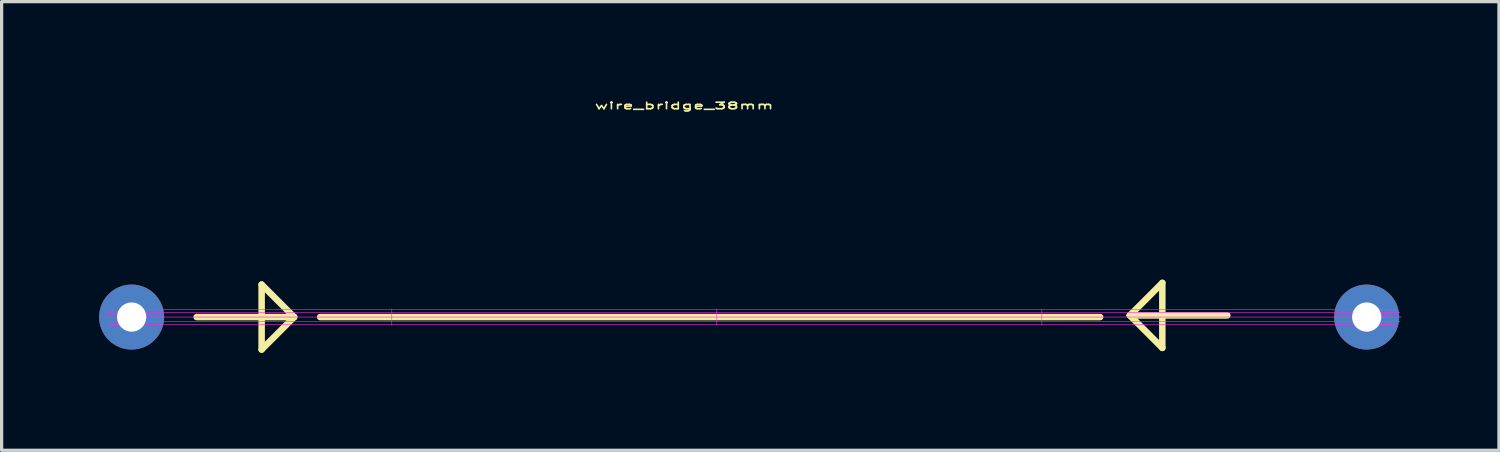
<source format=kicad_pcb>
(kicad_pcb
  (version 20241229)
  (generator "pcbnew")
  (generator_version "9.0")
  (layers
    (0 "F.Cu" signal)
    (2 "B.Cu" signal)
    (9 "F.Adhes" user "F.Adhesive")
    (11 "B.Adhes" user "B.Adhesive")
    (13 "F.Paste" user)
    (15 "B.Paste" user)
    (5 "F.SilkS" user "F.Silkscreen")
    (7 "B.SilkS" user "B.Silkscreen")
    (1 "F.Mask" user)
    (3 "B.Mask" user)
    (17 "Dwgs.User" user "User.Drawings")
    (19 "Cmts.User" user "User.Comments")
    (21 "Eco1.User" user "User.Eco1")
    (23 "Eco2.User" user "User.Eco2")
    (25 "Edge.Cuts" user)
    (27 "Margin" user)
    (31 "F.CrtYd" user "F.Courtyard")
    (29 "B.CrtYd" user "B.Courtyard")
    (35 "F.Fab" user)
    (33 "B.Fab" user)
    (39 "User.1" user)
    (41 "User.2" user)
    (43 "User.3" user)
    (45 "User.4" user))
  (footprint "wire_bridge_38mm"
    (layer "F.Cu")
    (at 1 6.705)
    (property "Reference" "wire_bridge_38mm" (at 17 -6.5 0) (layer "F.SilkS") (effects (font (size 0.2 0.4) (thickness 0.05))))
    (attr through_hole)
    (fp_line (start 2 0) (end 5 0) (stroke (width 0.2) (type solid)) (layer "F.SilkS"))
    (fp_line (start 4 -1) (end 4 1) (stroke (width 0.2) (type solid)) (layer "F.SilkS"))
    (fp_line (start 4 1) (end 5 0) (stroke (width 0.2) (type solid)) (layer "F.SilkS"))
    (fp_line (start 5 0) (end 4 -1) (stroke (width 0.2) (type solid)) (layer "F.SilkS"))
    (fp_line (start 5.8 0) (end 29.8 0) (stroke (width 0.2) (type solid)) (layer "F.SilkS"))
    (fp_line (start 30.712 -0.051) (end 31.712 0.949) (stroke (width 0.2) (type solid)) (layer "F.SilkS"))
    (fp_line (start 31.712 0.949) (end 31.712 -1.051) (stroke (width 0.2) (type solid)) (layer "F.SilkS"))
    (fp_line (start 31.712 -1.051) (end 30.712 -0.051) (stroke (width 0.2) (type solid)) (layer "F.SilkS"))
    (fp_line (start 33.712 -0.051) (end 30.712 -0.051) (stroke (width 0.2) (type solid)) (layer "F.SilkS"))
    (fp_line (start -0.835 0) (end -0.835 0) (stroke (width 0.01) (type solid)) (layer "F.CrtYd"))
    (fp_line (start -0.835 0) (end 39.065 0) (stroke (width 0.01) (type solid)) (layer "F.CrtYd"))
    (fp_line (start -0.793 0.147) (end -0.793 0.147) (stroke (width 0.01) (type solid)) (layer "F.CrtYd"))
    (fp_line (start -0.793 0.147) (end 39.023 0.147) (stroke (width 0.01) (type solid)) (layer "F.CrtYd"))
    (fp_line (start -0.793 -0.147) (end -0.793 -0.147) (stroke (width 0.01) (type solid)) (layer "F.CrtYd"))
    (fp_line (start -0.793 -0.147) (end 39.023 -0.147) (stroke (width 0.01) (type solid)) (layer "F.CrtYd"))
    (fp_line (start -0.683 0.237) (end -0.683 0.237) (stroke (width 0.01) (type solid)) (layer "F.CrtYd"))
    (fp_line (start -0.683 0.237) (end 38.914 0.237) (stroke (width 0.01) (type solid)) (layer "F.CrtYd"))
    (fp_line (start -0.682 -0.238) (end -0.681 -0.238) (stroke (width 0.01) (type solid)) (layer "F.CrtYd"))
    (fp_line (start -0.681 -0.238) (end 38.912 -0.238) (stroke (width 0.01) (type solid)) (layer "F.CrtYd"))
    (fp_line (start -0.547 0.238) (end -0.547 0.238) (stroke (width 0.01) (type solid)) (layer "F.CrtYd"))
    (fp_line (start -0.547 0.238) (end 38.777 0.238) (stroke (width 0.01) (type solid)) (layer "F.CrtYd"))
    (fp_line (start -0.545 -0.237) (end -0.545 -0.237) (stroke (width 0.01) (type solid)) (layer "F.CrtYd"))
    (fp_line (start -0.545 -0.237) (end 38.775 -0.237) (stroke (width 0.01) (type solid)) (layer "F.CrtYd"))
    (fp_line (start -0.436 0.147) (end -0.436 0.147) (stroke (width 0.01) (type solid)) (layer "F.CrtYd"))
    (fp_line (start -0.436 -0.147) (end -0.436 -0.147) (stroke (width 0.01) (type solid)) (layer "F.CrtYd"))
    (fp_line (start -0.436 0.147) (end 38.667 0.147) (stroke (width 0.01) (type solid)) (layer "F.CrtYd"))
    (fp_line (start -0.436 -0.147) (end 38.666 -0.147) (stroke (width 0.01) (type solid)) (layer "F.CrtYd"))
    (fp_line (start -0.394 0) (end -0.394 0) (stroke (width 0.01) (type solid)) (layer "F.CrtYd"))
    (fp_line (start -0.394 0) (end 38.624 0.000002) (stroke (width 0.01) (type solid)) (layer "F.CrtYd"))
    (fp_line (start -0.244 0) (end -0.113 0) (stroke (width 0.01) (type solid)) (layer "F.CrtYd"))
    (fp_line (start -0.244 0) (end -0.244 0) (stroke (width 0.01) (type solid)) (layer "F.CrtYd"))
    (fp_line (start -0.243 -0.000001) (end -0.244 0) (stroke (width 0.01) (type solid)) (layer "F.CrtYd"))
    (fp_line (start -0.196 0.147) (end -0.196 0.147) (stroke (width 0.01) (type solid)) (layer "F.CrtYd"))
    (fp_line (start -0.196 0.147) (end -0.064 0.147) (stroke (width 0.01) (type solid)) (layer "F.CrtYd"))
    (fp_line (start -0.196 -0.147) (end -0.195 -0.147) (stroke (width 0.01) (type solid)) (layer "F.CrtYd"))
    (fp_line (start -0.195 0.147) (end -0.196 0.147) (stroke (width 0.01) (type solid)) (layer "F.CrtYd"))
    (fp_line (start -0.195 -0.147) (end -0.064 -0.147) (stroke (width 0.01) (type solid)) (layer "F.CrtYd"))
    (fp_line (start -0.195 -0.147) (end -0.196 -0.147) (stroke (width 0.01) (type solid)) (layer "F.CrtYd"))
    (fp_line (start -0.17 0) (end -0.17 0.01) (stroke (width 0.01) (type solid)) (layer "F.CrtYd"))
    (fp_line (start -0.17 -0.01) (end -0.17 0) (stroke (width 0.01) (type solid)) (layer "F.CrtYd"))
    (fp_line (start -0.17 0.01) (end -0.169 0.02) (stroke (width 0.01) (type solid)) (layer "F.CrtYd"))
    (fp_line (start -0.169 -0.02) (end -0.17 -0.01) (stroke (width 0.01) (type solid)) (layer "F.CrtYd"))
    (fp_line (start -0.169 0.02) (end -0.169 0.029) (stroke (width 0.01) (type solid)) (layer "F.CrtYd"))
    (fp_line (start -0.169 -0.029) (end -0.169 -0.02) (stroke (width 0.01) (type solid)) (layer "F.CrtYd"))
    (fp_line (start -0.169 0.029) (end -0.168 0.039) (stroke (width 0.01) (type solid)) (layer "F.CrtYd"))
    (fp_line (start -0.168 -0.039) (end -0.169 -0.029) (stroke (width 0.01) (type solid)) (layer "F.CrtYd"))
    (fp_line (start -0.168 0.039) (end -0.166 0.049) (stroke (width 0.01) (type solid)) (layer "F.CrtYd"))
    (fp_line (start -0.167 -0.049) (end -0.168 -0.039) (stroke (width 0.01) (type solid)) (layer "F.CrtYd"))
    (fp_line (start -0.166 0.049) (end -0.165 0.058) (stroke (width 0.01) (type solid)) (layer "F.CrtYd"))
    (fp_line (start -0.165 -0.058) (end -0.167 -0.049) (stroke (width 0.01) (type solid)) (layer "F.CrtYd"))
    (fp_line (start -0.165 0.058) (end -0.163 0.068) (stroke (width 0.01) (type solid)) (layer "F.CrtYd"))
    (fp_line (start -0.163 -0.068) (end -0.165 -0.058) (stroke (width 0.01) (type solid)) (layer "F.CrtYd"))
    (fp_line (start -0.163 0.068) (end -0.161 0.077) (stroke (width 0.01) (type solid)) (layer "F.CrtYd"))
    (fp_line (start -0.161 -0.077) (end -0.163 -0.068) (stroke (width 0.01) (type solid)) (layer "F.CrtYd"))
    (fp_line (start -0.161 0.077) (end -0.159 0.087) (stroke (width 0.01) (type solid)) (layer "F.CrtYd"))
    (fp_line (start -0.159 -0.087) (end -0.161 -0.077) (stroke (width 0.01) (type solid)) (layer "F.CrtYd"))
    (fp_line (start -0.159 0.087) (end -0.156 0.096) (stroke (width 0.01) (type solid)) (layer "F.CrtYd"))
    (fp_line (start -0.156 -0.096) (end -0.159 -0.087) (stroke (width 0.01) (type solid)) (layer "F.CrtYd"))
    (fp_line (start -0.156 0.096) (end -0.154 0.105) (stroke (width 0.01) (type solid)) (layer "F.CrtYd"))
    (fp_line (start -0.154 -0.105) (end -0.156 -0.096) (stroke (width 0.01) (type solid)) (layer "F.CrtYd"))
    (fp_line (start -0.154 0.105) (end -0.151 0.114) (stroke (width 0.01) (type solid)) (layer "F.CrtYd"))
    (fp_line (start -0.151 -0.114) (end -0.154 -0.105) (stroke (width 0.01) (type solid)) (layer "F.CrtYd"))
    (fp_line (start -0.151 0.114) (end -0.147 0.122) (stroke (width 0.01) (type solid)) (layer "F.CrtYd"))
    (fp_line (start -0.147 0.122) (end -0.144 0.131) (stroke (width 0.01) (type solid)) (layer "F.CrtYd"))
    (fp_line (start -0.147 -0.122) (end -0.151 -0.114) (stroke (width 0.01) (type solid)) (layer "F.CrtYd"))
    (fp_line (start -0.144 0.131) (end -0.14 0.139) (stroke (width 0.01) (type solid)) (layer "F.CrtYd"))
    (fp_line (start -0.144 -0.131) (end -0.147 -0.122) (stroke (width 0.01) (type solid)) (layer "F.CrtYd"))
    (fp_line (start -0.14 0.139) (end -0.136 0.147) (stroke (width 0.01) (type solid)) (layer "F.CrtYd"))
    (fp_line (start -0.14 -0.139) (end -0.144 -0.131) (stroke (width 0.01) (type solid)) (layer "F.CrtYd"))
    (fp_line (start -0.136 0.147) (end -0.132 0.155) (stroke (width 0.01) (type solid)) (layer "F.CrtYd"))
    (fp_line (start -0.136 -0.147) (end -0.14 -0.139) (stroke (width 0.01) (type solid)) (layer "F.CrtYd"))
    (fp_line (start -0.134 -0.151) (end -0.136 -0.147) (stroke (width 0.01) (type solid)) (layer "F.CrtYd"))
    (fp_line (start -0.132 0.155) (end -0.13 0.159) (stroke (width 0.01) (type solid)) (layer "F.CrtYd"))
    (fp_line (start -0.132 -0.155) (end -0.134 -0.151) (stroke (width 0.01) (type solid)) (layer "F.CrtYd"))
    (fp_line (start -0.13 0.159) (end -0.128 0.162) (stroke (width 0.01) (type solid)) (layer "F.CrtYd"))
    (fp_line (start -0.13 -0.159) (end -0.132 -0.155) (stroke (width 0.01) (type solid)) (layer "F.CrtYd"))
    (fp_line (start -0.128 0.162) (end -0.125 0.166) (stroke (width 0.01) (type solid)) (layer "F.CrtYd"))
    (fp_line (start -0.127 -0.163) (end -0.13 -0.159) (stroke (width 0.01) (type solid)) (layer "F.CrtYd"))
    (fp_line (start -0.125 0.166) (end -0.123 0.17) (stroke (width 0.01) (type solid)) (layer "F.CrtYd"))
    (fp_line (start -0.125 -0.166) (end -0.127 -0.163) (stroke (width 0.01) (type solid)) (layer "F.CrtYd"))
    (fp_line (start -0.123 0.17) (end -0.121 0.173) (stroke (width 0.01) (type solid)) (layer "F.CrtYd"))
    (fp_line (start -0.123 -0.17) (end -0.125 -0.166) (stroke (width 0.01) (type solid)) (layer "F.CrtYd"))
    (fp_line (start -0.121 0.173) (end -0.118 0.177) (stroke (width 0.01) (type solid)) (layer "F.CrtYd"))
    (fp_line (start -0.12 -0.174) (end -0.123 -0.17) (stroke (width 0.01) (type solid)) (layer "F.CrtYd"))
    (fp_line (start -0.118 0.177) (end -0.116 0.18) (stroke (width 0.01) (type solid)) (layer "F.CrtYd"))
    (fp_line (start -0.118 -0.177) (end -0.12 -0.174) (stroke (width 0.01) (type solid)) (layer "F.CrtYd"))
    (fp_line (start -0.116 0.18) (end -0.113 0.183) (stroke (width 0.01) (type solid)) (layer "F.CrtYd"))
    (fp_line (start -0.115 -0.18) (end -0.118 -0.177) (stroke (width 0.01) (type solid)) (layer "F.CrtYd"))
    (fp_line (start -0.113 0.183) (end -0.111 0.187) (stroke (width 0.01) (type solid)) (layer "F.CrtYd"))
    (fp_line (start -0.113 0) (end -0.835 0) (stroke (width 0.01) (type solid)) (layer "F.CrtYd"))
    (fp_line (start -0.113 0) (end -0.113 0) (stroke (width 0.01) (type solid)) (layer "F.CrtYd"))
    (fp_line (start -0.113 -0.184) (end -0.115 -0.18) (stroke (width 0.01) (type solid)) (layer "F.CrtYd"))
    (fp_line (start -0.111 0.187) (end -0.108 0.19) (stroke (width 0.01) (type solid)) (layer "F.CrtYd"))
    (fp_line (start -0.11 -0.187) (end -0.113 -0.184) (stroke (width 0.01) (type solid)) (layer "F.CrtYd"))
    (fp_line (start -0.108 0.19) (end -0.106 0.193) (stroke (width 0.01) (type solid)) (layer "F.CrtYd"))
    (fp_line (start -0.108 -0.19) (end -0.11 -0.187) (stroke (width 0.01) (type solid)) (layer "F.CrtYd"))
    (fp_line (start -0.106 0.193) (end -0.103 0.196) (stroke (width 0.01) (type solid)) (layer "F.CrtYd"))
    (fp_line (start -0.105 -0.194) (end -0.108 -0.19) (stroke (width 0.01) (type solid)) (layer "F.CrtYd"))
    (fp_line (start -0.103 0.196) (end -0.1 0.199) (stroke (width 0.01) (type solid)) (layer "F.CrtYd"))
    (fp_line (start -0.102 -0.197) (end -0.105 -0.194) (stroke (width 0.01) (type solid)) (layer "F.CrtYd"))
    (fp_line (start -0.1 0.199) (end -0.097 0.202) (stroke (width 0.01) (type solid)) (layer "F.CrtYd"))
    (fp_line (start -0.099 -0.2) (end -0.102 -0.197) (stroke (width 0.01) (type solid)) (layer "F.CrtYd"))
    (fp_line (start -0.097 0.202) (end -0.095 0.205) (stroke (width 0.01) (type solid)) (layer "F.CrtYd"))
    (fp_line (start -0.097 -0.203) (end -0.099 -0.2) (stroke (width 0.01) (type solid)) (layer "F.CrtYd"))
    (fp_line (start -0.095 0.205) (end -0.092 0.207) (stroke (width 0.01) (type solid)) (layer "F.CrtYd"))
    (fp_line (start -0.094 -0.205) (end -0.097 -0.203) (stroke (width 0.01) (type solid)) (layer "F.CrtYd"))
    (fp_line (start -0.092 0.207) (end -0.089 0.21) (stroke (width 0.01) (type solid)) (layer "F.CrtYd"))
    (fp_line (start -0.091 -0.208) (end -0.094 -0.205) (stroke (width 0.01) (type solid)) (layer "F.CrtYd"))
    (fp_line (start -0.089 0.21) (end -0.086 0.213) (stroke (width 0.01) (type solid)) (layer "F.CrtYd"))
    (fp_line (start -0.088 -0.211) (end -0.091 -0.208) (stroke (width 0.01) (type solid)) (layer "F.CrtYd"))
    (fp_line (start -0.086 0.213) (end -0.083 0.215) (stroke (width 0.01) (type solid)) (layer "F.CrtYd"))
    (fp_line (start -0.085 -0.213) (end -0.088 -0.211) (stroke (width 0.01) (type solid)) (layer "F.CrtYd"))
    (fp_line (start -0.083 0.215) (end -0.08 0.218) (stroke (width 0.01) (type solid)) (layer "F.CrtYd"))
    (fp_line (start -0.082 -0.216) (end -0.085 -0.213) (stroke (width 0.01) (type solid)) (layer "F.CrtYd"))
    (fp_line (start -0.08 0.218) (end -0.077 0.22) (stroke (width 0.01) (type solid)) (layer "F.CrtYd"))
    (fp_line (start -0.079 -0.218) (end -0.082 -0.216) (stroke (width 0.01) (type solid)) (layer "F.CrtYd"))
    (fp_line (start -0.077 0.22) (end -0.074 0.222) (stroke (width 0.01) (type solid)) (layer "F.CrtYd"))
    (fp_line (start -0.076 -0.221) (end -0.079 -0.218) (stroke (width 0.01) (type solid)) (layer "F.CrtYd"))
    (fp_line (start -0.074 0.222) (end -0.071 0.225) (stroke (width 0.01) (type solid)) (layer "F.CrtYd"))
    (fp_line (start -0.073 -0.223) (end -0.076 -0.221) (stroke (width 0.01) (type solid)) (layer "F.CrtYd"))
    (fp_line (start -0.072 0.237) (end 0.063 0.237) (stroke (width 0.01) (type solid)) (layer "F.CrtYd"))
    (fp_line (start -0.072 0.237) (end -0.072 0.237) (stroke (width 0.01) (type solid)) (layer "F.CrtYd"))
    (fp_line (start -0.071 0.225) (end -0.068 0.227) (stroke (width 0.01) (type solid)) (layer "F.CrtYd"))
    (fp_line (start -0.07 -0.225) (end -0.073 -0.223) (stroke (width 0.01) (type solid)) (layer "F.CrtYd"))
    (fp_line (start -0.069 -0.238) (end 0.065 -0.238) (stroke (width 0.01) (type solid)) (layer "F.CrtYd"))
    (fp_line (start -0.069 -0.238) (end -0.069 -0.238) (stroke (width 0.01) (type solid)) (layer "F.CrtYd"))
    (fp_line (start -0.068 0.227) (end -0.065 0.229) (stroke (width 0.01) (type solid)) (layer "F.CrtYd"))
    (fp_line (start -0.067 -0.227) (end -0.07 -0.225) (stroke (width 0.01) (type solid)) (layer "F.CrtYd"))
    (fp_line (start -0.065 0.229) (end -0.061 0.231) (stroke (width 0.01) (type solid)) (layer "F.CrtYd"))
    (fp_line (start -0.064 0.147) (end -0.793 0.147) (stroke (width 0.01) (type solid)) (layer "F.CrtYd"))
    (fp_line (start -0.064 0.147) (end -0.064 0.147) (stroke (width 0.01) (type solid)) (layer "F.CrtYd"))
    (fp_line (start -0.064 -0.147) (end -0.793 -0.147) (stroke (width 0.01) (type solid)) (layer "F.CrtYd"))
    (fp_line (start -0.064 -0.147) (end -0.064 -0.147) (stroke (width 0.01) (type solid)) (layer "F.CrtYd"))
    (fp_line (start -0.063 -0.229) (end -0.067 -0.227) (stroke (width 0.01) (type solid)) (layer "F.CrtYd"))
    (fp_line (start -0.061 0.231) (end -0.058 0.232) (stroke (width 0.01) (type solid)) (layer "F.CrtYd"))
    (fp_line (start -0.06 -0.231) (end -0.063 -0.229) (stroke (width 0.01) (type solid)) (layer "F.CrtYd"))
    (fp_line (start -0.058 0.232) (end -0.055 0.234) (stroke (width 0.01) (type solid)) (layer "F.CrtYd"))
    (fp_line (start -0.057 -0.233) (end -0.06 -0.231) (stroke (width 0.01) (type solid)) (layer "F.CrtYd"))
    (fp_line (start -0.055 0.234) (end -0.052 0.236) (stroke (width 0.01) (type solid)) (layer "F.CrtYd"))
    (fp_line (start -0.054 -0.235) (end -0.057 -0.233) (stroke (width 0.01) (type solid)) (layer "F.CrtYd"))
    (fp_line (start -0.052 0.236) (end -0.049 0.237) (stroke (width 0.01) (type solid)) (layer "F.CrtYd"))
    (fp_line (start -0.05 -0.237) (end -0.054 -0.235) (stroke (width 0.01) (type solid)) (layer "F.CrtYd"))
    (fp_line (start -0.049 0.237) (end -0.045 0.239) (stroke (width 0.01) (type solid)) (layer "F.CrtYd"))
    (fp_line (start -0.047 -0.238) (end -0.05 -0.237) (stroke (width 0.01) (type solid)) (layer "F.CrtYd"))
    (fp_line (start -0.045 0.239) (end -0.042 0.24) (stroke (width 0.01) (type solid)) (layer "F.CrtYd"))
    (fp_line (start -0.044 -0.24) (end -0.047 -0.238) (stroke (width 0.01) (type solid)) (layer "F.CrtYd"))
    (fp_line (start -0.042 0.24) (end -0.039 0.242) (stroke (width 0.01) (type solid)) (layer "F.CrtYd"))
    (fp_line (start -0.04 -0.241) (end -0.044 -0.24) (stroke (width 0.01) (type solid)) (layer "F.CrtYd"))
    (fp_line (start -0.039 0.242) (end -0.035 0.243) (stroke (width 0.01) (type solid)) (layer "F.CrtYd"))
    (fp_line (start -0.037 -0.242) (end -0.04 -0.241) (stroke (width 0.01) (type solid)) (layer "F.CrtYd"))
    (fp_line (start -0.035 0.243) (end -0.032 0.244) (stroke (width 0.01) (type solid)) (layer "F.CrtYd"))
    (fp_line (start -0.034 -0.243) (end -0.037 -0.242) (stroke (width 0.01) (type solid)) (layer "F.CrtYd"))
    (fp_line (start -0.032 0.244) (end -0.029 0.245) (stroke (width 0.01) (type solid)) (layer "F.CrtYd"))
    (fp_line (start -0.03 -0.244) (end -0.034 -0.243) (stroke (width 0.01) (type solid)) (layer "F.CrtYd"))
    (fp_line (start -0.029 0.245) (end -0.025 0.246) (stroke (width 0.01) (type solid)) (layer "F.CrtYd"))
    (fp_line (start -0.027 -0.245) (end -0.03 -0.244) (stroke (width 0.01) (type solid)) (layer "F.CrtYd"))
    (fp_line (start -0.025 0.246) (end -0.022 0.247) (stroke (width 0.01) (type solid)) (layer "F.CrtYd"))
    (fp_line (start -0.023 -0.246) (end -0.027 -0.245) (stroke (width 0.01) (type solid)) (layer "F.CrtYd"))
    (fp_line (start -0.022 0.247) (end -0.018 0.247) (stroke (width 0.01) (type solid)) (layer "F.CrtYd"))
    (fp_line (start -0.02 -0.247) (end -0.023 -0.246) (stroke (width 0.01) (type solid)) (layer "F.CrtYd"))
    (fp_line (start -0.018 0.247) (end -0.015 0.248) (stroke (width 0.01) (type solid)) (layer "F.CrtYd"))
    (fp_line (start -0.017 -0.248) (end -0.02 -0.247) (stroke (width 0.01) (type solid)) (layer "F.CrtYd"))
    (fp_line (start -0.015 0.248) (end -0.011 0.249) (stroke (width 0.01) (type solid)) (layer "F.CrtYd"))
    (fp_line (start -0.013 -0.248) (end -0.017 -0.248) (stroke (width 0.01) (type solid)) (layer "F.CrtYd"))
    (fp_line (start -0.011 0.249) (end -0.008 0.249) (stroke (width 0.01) (type solid)) (layer "F.CrtYd"))
    (fp_line (start -0.01 -0.249) (end -0.013 -0.248) (stroke (width 0.01) (type solid)) (layer "F.CrtYd"))
    (fp_line (start -0.008 0.249) (end -0.004 0.249) (stroke (width 0.01) (type solid)) (layer "F.CrtYd"))
    (fp_line (start -0.006 -0.249) (end -0.01 -0.249) (stroke (width 0.01) (type solid)) (layer "F.CrtYd"))
    (fp_line (start -0.004 0.249) (end -0.001 0.25) (stroke (width 0.01) (type solid)) (layer "F.CrtYd"))
    (fp_line (start -0.003 -0.25) (end -0.006 -0.249) (stroke (width 0.01) (type solid)) (layer "F.CrtYd"))
    (fp_line (start -0.001 0.25) (end 0.002 0.25) (stroke (width 0.01) (type solid)) (layer "F.CrtYd"))
    (fp_line (start 0.001 -0.25) (end -0.003 -0.25) (stroke (width 0.01) (type solid)) (layer "F.CrtYd"))
    (fp_line (start 0.002 0.25) (end 0.006 0.25) (stroke (width 0.01) (type solid)) (layer "F.CrtYd"))
    (fp_line (start 0.004 -0.25) (end 0.001 -0.25) (stroke (width 0.01) (type solid)) (layer "F.CrtYd"))
    (fp_line (start 0.006 0.25) (end 0.009 0.25) (stroke (width 0.01) (type solid)) (layer "F.CrtYd"))
    (fp_line (start 0.008 -0.25) (end 0.004 -0.25) (stroke (width 0.01) (type solid)) (layer "F.CrtYd"))
    (fp_line (start 0.009 0.25) (end 0.013 0.25) (stroke (width 0.01) (type solid)) (layer "F.CrtYd"))
    (fp_line (start 0.011 -0.25) (end 0.008 -0.25) (stroke (width 0.01) (type solid)) (layer "F.CrtYd"))
    (fp_line (start 0.013 0.25) (end 0.016 0.25) (stroke (width 0.01) (type solid)) (layer "F.CrtYd"))
    (fp_line (start 0.015 -0.25) (end 0.011 -0.25) (stroke (width 0.01) (type solid)) (layer "F.CrtYd"))
    (fp_line (start 0.016 0.25) (end 0.02 0.249) (stroke (width 0.01) (type solid)) (layer "F.CrtYd"))
    (fp_line (start 0.018 -0.249) (end 0.015 -0.25) (stroke (width 0.01) (type solid)) (layer "F.CrtYd"))
    (fp_line (start 0.02 0.249) (end 0.023 0.249) (stroke (width 0.01) (type solid)) (layer "F.CrtYd"))
    (fp_line (start 0.022 -0.249) (end 0.018 -0.249) (stroke (width 0.01) (type solid)) (layer "F.CrtYd"))
    (fp_line (start 0.023 0.249) (end 0.027 0.248) (stroke (width 0.01) (type solid)) (layer "F.CrtYd"))
    (fp_line (start 0.025 -0.249) (end 0.022 -0.249) (stroke (width 0.01) (type solid)) (layer "F.CrtYd"))
    (fp_line (start 0.027 0.248) (end 0.03 0.248) (stroke (width 0.01) (type solid)) (layer "F.CrtYd"))
    (fp_line (start 0.028 -0.248) (end 0.025 -0.249) (stroke (width 0.01) (type solid)) (layer "F.CrtYd"))
    (fp_line (start 0.03 0.248) (end 0.034 0.247) (stroke (width 0.01) (type solid)) (layer "F.CrtYd"))
    (fp_line (start 0.032 -0.247) (end 0.028 -0.248) (stroke (width 0.01) (type solid)) (layer "F.CrtYd"))
    (fp_line (start 0.034 0.247) (end 0.037 0.246) (stroke (width 0.01) (type solid)) (layer "F.CrtYd"))
    (fp_line (start 0.035 -0.247) (end 0.032 -0.247) (stroke (width 0.01) (type solid)) (layer "F.CrtYd"))
    (fp_line (start 0.037 0.246) (end 0.04 0.245) (stroke (width 0.01) (type solid)) (layer "F.CrtYd"))
    (fp_line (start 0.039 -0.246) (end 0.035 -0.247) (stroke (width 0.01) (type solid)) (layer "F.CrtYd"))
    (fp_line (start 0.04 0.245) (end 0.044 0.244) (stroke (width 0.01) (type solid)) (layer "F.CrtYd"))
    (fp_line (start 0.042 -0.245) (end 0.039 -0.246) (stroke (width 0.01) (type solid)) (layer "F.CrtYd"))
    (fp_line (start 0.044 0.244) (end 0.047 0.243) (stroke (width 0.01) (type solid)) (layer "F.CrtYd"))
    (fp_line (start 0.046 -0.244) (end 0.042 -0.245) (stroke (width 0.01) (type solid)) (layer "F.CrtYd"))
    (fp_line (start 0.047 0.243) (end 0.051 0.242) (stroke (width 0.01) (type solid)) (layer "F.CrtYd"))
    (fp_line (start 0.049 -0.243) (end 0.046 -0.244) (stroke (width 0.01) (type solid)) (layer "F.CrtYd"))
    (fp_line (start 0.051 0.242) (end 0.054 0.241) (stroke (width 0.01) (type solid)) (layer "F.CrtYd"))
    (fp_line (start 0.052 -0.242) (end 0.049 -0.243) (stroke (width 0.01) (type solid)) (layer "F.CrtYd"))
    (fp_line (start 0.054 0.241) (end 0.057 0.24) (stroke (width 0.01) (type solid)) (layer "F.CrtYd"))
    (fp_line (start 0.056 -0.24) (end 0.052 -0.242) (stroke (width 0.01) (type solid)) (layer "F.CrtYd"))
    (fp_line (start 0.057 0.24) (end 0.061 0.238) (stroke (width 0.01) (type solid)) (layer "F.CrtYd"))
    (fp_line (start 0.059 -0.239) (end 0.056 -0.24) (stroke (width 0.01) (type solid)) (layer "F.CrtYd"))
    (fp_line (start 0.061 0.238) (end 0.064 0.237) (stroke (width 0.01) (type solid)) (layer "F.CrtYd"))
    (fp_line (start 0.062 -0.237) (end 0.059 -0.239) (stroke (width 0.01) (type solid)) (layer "F.CrtYd"))
    (fp_line (start 0.063 0.237) (end 0.063 0.237) (stroke (width 0.01) (type solid)) (layer "F.CrtYd"))
    (fp_line (start 0.063 0.237) (end -0.683 0.237) (stroke (width 0.01) (type solid)) (layer "F.CrtYd"))
    (fp_line (start 0.064 0.237) (end 0.067 0.235) (stroke (width 0.01) (type solid)) (layer "F.CrtYd"))
    (fp_line (start 0.065 -0.238) (end 0.065 -0.238) (stroke (width 0.01) (type solid)) (layer "F.CrtYd"))
    (fp_line (start 0.065 -0.238) (end -0.682 -0.238) (stroke (width 0.01) (type solid)) (layer "F.CrtYd"))
    (fp_line (start 0.065 -0.236) (end 0.062 -0.237) (stroke (width 0.01) (type solid)) (layer "F.CrtYd"))
    (fp_line (start 0.067 0.235) (end 0.071 0.233) (stroke (width 0.01) (type solid)) (layer "F.CrtYd"))
    (fp_line (start 0.069 -0.234) (end 0.065 -0.236) (stroke (width 0.01) (type solid)) (layer "F.CrtYd"))
    (fp_line (start 0.071 0.233) (end 0.074 0.231) (stroke (width 0.01) (type solid)) (layer "F.CrtYd"))
    (fp_line (start 0.072 -0.232) (end 0.069 -0.234) (stroke (width 0.01) (type solid)) (layer "F.CrtYd"))
    (fp_line (start 0.074 0.231) (end 0.077 0.229) (stroke (width 0.01) (type solid)) (layer "F.CrtYd"))
    (fp_line (start 0.075 -0.231) (end 0.072 -0.232) (stroke (width 0.01) (type solid)) (layer "F.CrtYd"))
    (fp_line (start 0.077 0.229) (end 0.08 0.227) (stroke (width 0.01) (type solid)) (layer "F.CrtYd"))
    (fp_line (start 0.078 -0.229) (end 0.075 -0.231) (stroke (width 0.01) (type solid)) (layer "F.CrtYd"))
    (fp_line (start 0.08 0.227) (end 0.083 0.225) (stroke (width 0.01) (type solid)) (layer "F.CrtYd"))
    (fp_line (start 0.081 -0.227) (end 0.078 -0.229) (stroke (width 0.01) (type solid)) (layer "F.CrtYd"))
    (fp_line (start 0.083 0.238) (end 0.222 0.238) (stroke (width 0.01) (type solid)) (layer "F.CrtYd"))
    (fp_line (start 0.083 0.225) (end 0.086 0.223) (stroke (width 0.01) (type solid)) (layer "F.CrtYd"))
    (fp_line (start 0.085 -0.225) (end 0.081 -0.227) (stroke (width 0.01) (type solid)) (layer "F.CrtYd"))
    (fp_line (start 0.085 -0.237) (end 0.224 -0.237) (stroke (width 0.01) (type solid)) (layer "F.CrtYd"))
    (fp_line (start 0.086 0.223) (end 0.09 0.221) (stroke (width 0.01) (type solid)) (layer "F.CrtYd"))
    (fp_line (start 0.088 -0.222) (end 0.085 -0.225) (stroke (width 0.01) (type solid)) (layer "F.CrtYd"))
    (fp_line (start 0.09 0.221) (end 0.093 0.218) (stroke (width 0.01) (type solid)) (layer "F.CrtYd"))
    (fp_line (start 0.091 -0.22) (end 0.088 -0.222) (stroke (width 0.01) (type solid)) (layer "F.CrtYd"))
    (fp_line (start 0.093 0.218) (end 0.096 0.216) (stroke (width 0.01) (type solid)) (layer "F.CrtYd"))
    (fp_line (start 0.094 -0.218) (end 0.091 -0.22) (stroke (width 0.01) (type solid)) (layer "F.CrtYd"))
    (fp_line (start 0.096 0.216) (end 0.099 0.213) (stroke (width 0.01) (type solid)) (layer "F.CrtYd"))
    (fp_line (start 0.097 -0.215) (end 0.094 -0.218) (stroke (width 0.01) (type solid)) (layer "F.CrtYd"))
    (fp_line (start 0.099 0.213) (end 0.102 0.211) (stroke (width 0.01) (type solid)) (layer "F.CrtYd"))
    (fp_line (start 0.1 -0.213) (end 0.097 -0.215) (stroke (width 0.01) (type solid)) (layer "F.CrtYd"))
    (fp_line (start 0.102 0.211) (end 0.105 0.208) (stroke (width 0.01) (type solid)) (layer "F.CrtYd"))
    (fp_line (start 0.103 -0.21) (end 0.1 -0.213) (stroke (width 0.01) (type solid)) (layer "F.CrtYd"))
    (fp_line (start 0.105 0.208) (end 0.107 0.205) (stroke (width 0.01) (type solid)) (layer "F.CrtYd"))
    (fp_line (start 0.105 -0.207) (end 0.103 -0.21) (stroke (width 0.01) (type solid)) (layer "F.CrtYd"))
    (fp_line (start 0.107 0.205) (end 0.11 0.203) (stroke (width 0.01) (type solid)) (layer "F.CrtYd"))
    (fp_line (start 0.108 -0.205) (end 0.105 -0.207) (stroke (width 0.01) (type solid)) (layer "F.CrtYd"))
    (fp_line (start 0.11 0.203) (end 0.113 0.2) (stroke (width 0.01) (type solid)) (layer "F.CrtYd"))
    (fp_line (start 0.111 -0.202) (end 0.108 -0.205) (stroke (width 0.01) (type solid)) (layer "F.CrtYd"))
    (fp_line (start 0.113 0.2) (end 0.116 0.197) (stroke (width 0.01) (type solid)) (layer "F.CrtYd"))
    (fp_line (start 0.114 -0.199) (end 0.111 -0.202) (stroke (width 0.01) (type solid)) (layer "F.CrtYd"))
    (fp_line (start 0.116 0.197) (end 0.119 0.194) (stroke (width 0.01) (type solid)) (layer "F.CrtYd"))
    (fp_line (start 0.117 -0.196) (end 0.114 -0.199) (stroke (width 0.01) (type solid)) (layer "F.CrtYd"))
    (fp_line (start 0.119 0.194) (end 0.121 0.19) (stroke (width 0.01) (type solid)) (layer "F.CrtYd"))
    (fp_line (start 0.119 -0.193) (end 0.117 -0.196) (stroke (width 0.01) (type solid)) (layer "F.CrtYd"))
    (fp_line (start 0.121 0.19) (end 0.124 0.187) (stroke (width 0.01) (type solid)) (layer "F.CrtYd"))
    (fp_line (start 0.122 -0.19) (end 0.119 -0.193) (stroke (width 0.01) (type solid)) (layer "F.CrtYd"))
    (fp_line (start 0.124 0.187) (end 0.126 0.184) (stroke (width 0.01) (type solid)) (layer "F.CrtYd"))
    (fp_line (start 0.124 -0.187) (end 0.122 -0.19) (stroke (width 0.01) (type solid)) (layer "F.CrtYd"))
    (fp_line (start 0.126 0.184) (end 0.129 0.18) (stroke (width 0.01) (type solid)) (layer "F.CrtYd"))
    (fp_line (start 0.127 -0.183) (end 0.124 -0.187) (stroke (width 0.01) (type solid)) (layer "F.CrtYd"))
    (fp_line (start 0.129 0.18) (end 0.132 0.177) (stroke (width 0.01) (type solid)) (layer "F.CrtYd"))
    (fp_line (start 0.13 -0.18) (end 0.127 -0.183) (stroke (width 0.01) (type solid)) (layer "F.CrtYd"))
    (fp_line (start 0.132 0.177) (end 0.134 0.174) (stroke (width 0.01) (type solid)) (layer "F.CrtYd"))
    (fp_line (start 0.132 -0.177) (end 0.13 -0.18) (stroke (width 0.01) (type solid)) (layer "F.CrtYd"))
    (fp_line (start 0.134 0.174) (end 0.136 0.17) (stroke (width 0.01) (type solid)) (layer "F.CrtYd"))
    (fp_line (start 0.134 -0.173) (end 0.132 -0.177) (stroke (width 0.01) (type solid)) (layer "F.CrtYd"))
    (fp_line (start 0.136 0.17) (end 0.139 0.166) (stroke (width 0.01) (type solid)) (layer "F.CrtYd"))
    (fp_line (start 0.137 -0.17) (end 0.134 -0.173) (stroke (width 0.01) (type solid)) (layer "F.CrtYd"))
    (fp_line (start 0.139 0.166) (end 0.141 0.163) (stroke (width 0.01) (type solid)) (layer "F.CrtYd"))
    (fp_line (start 0.139 -0.166) (end 0.137 -0.17) (stroke (width 0.01) (type solid)) (layer "F.CrtYd"))
    (fp_line (start 0.141 0.163) (end 0.143 0.159) (stroke (width 0.01) (type solid)) (layer "F.CrtYd"))
    (fp_line (start 0.141 -0.162) (end 0.139 -0.166) (stroke (width 0.01) (type solid)) (layer "F.CrtYd"))
    (fp_line (start 0.143 0.159) (end 0.145 0.155) (stroke (width 0.01) (type solid)) (layer "F.CrtYd"))
    (fp_line (start 0.144 -0.159) (end 0.141 -0.162) (stroke (width 0.01) (type solid)) (layer "F.CrtYd"))
    (fp_line (start 0.145 0.155) (end 0.148 0.151) (stroke (width 0.01) (type solid)) (layer "F.CrtYd"))
    (fp_line (start 0.146 -0.155) (end 0.144 -0.159) (stroke (width 0.01) (type solid)) (layer "F.CrtYd"))
    (fp_line (start 0.148 0.151) (end 0.15 0.147) (stroke (width 0.01) (type solid)) (layer "F.CrtYd"))
    (fp_line (start 0.15 0.147) (end 0.154 0.139) (stroke (width 0.01) (type solid)) (layer "F.CrtYd"))
    (fp_line (start 0.15 -0.147) (end 0.146 -0.155) (stroke (width 0.01) (type solid)) (layer "F.CrtYd"))
    (fp_line (start 0.154 0.139) (end 0.157 0.131) (stroke (width 0.01) (type solid)) (layer "F.CrtYd"))
    (fp_line (start 0.154 -0.139) (end 0.15 -0.147) (stroke (width 0.01) (type solid)) (layer "F.CrtYd"))
    (fp_line (start 0.157 0.131) (end 0.161 0.122) (stroke (width 0.01) (type solid)) (layer "F.CrtYd"))
    (fp_line (start 0.158 -0.131) (end 0.154 -0.139) (stroke (width 0.01) (type solid)) (layer "F.CrtYd"))
    (fp_line (start 0.161 0.122) (end 0.164 0.114) (stroke (width 0.01) (type solid)) (layer "F.CrtYd"))
    (fp_line (start 0.161 -0.122) (end 0.158 -0.131) (stroke (width 0.01) (type solid)) (layer "F.CrtYd"))
    (fp_line (start 0.164 -0.114) (end 0.161 -0.122) (stroke (width 0.01) (type solid)) (layer "F.CrtYd"))
    (fp_line (start 0.164 0.114) (end 0.167 0.105) (stroke (width 0.01) (type solid)) (layer "F.CrtYd"))
    (fp_line (start 0.167 -0.105) (end 0.164 -0.114) (stroke (width 0.01) (type solid)) (layer "F.CrtYd"))
    (fp_line (start 0.167 0.105) (end 0.17 0.096) (stroke (width 0.01) (type solid)) (layer "F.CrtYd"))
    (fp_line (start 0.17 -0.096) (end 0.167 -0.105) (stroke (width 0.01) (type solid)) (layer "F.CrtYd"))
    (fp_line (start 0.17 0.096) (end 0.173 0.087) (stroke (width 0.01) (type solid)) (layer "F.CrtYd"))
    (fp_line (start 0.173 -0.087) (end 0.17 -0.096) (stroke (width 0.01) (type solid)) (layer "F.CrtYd"))
    (fp_line (start 0.173 0.087) (end 0.175 0.077) (stroke (width 0.01) (type solid)) (layer "F.CrtYd"))
    (fp_line (start 0.175 -0.077) (end 0.173 -0.087) (stroke (width 0.01) (type solid)) (layer "F.CrtYd"))
    (fp_line (start 0.175 0.077) (end 0.177 0.068) (stroke (width 0.01) (type solid)) (layer "F.CrtYd"))
    (fp_line (start 0.177 -0.068) (end 0.175 -0.077) (stroke (width 0.01) (type solid)) (layer "F.CrtYd"))
    (fp_line (start 0.177 0.068) (end 0.179 0.058) (stroke (width 0.01) (type solid)) (layer "F.CrtYd"))
    (fp_line (start 0.179 -0.058) (end 0.177 -0.068) (stroke (width 0.01) (type solid)) (layer "F.CrtYd"))
    (fp_line (start 0.179 0.058) (end 0.18 0.049) (stroke (width 0.01) (type solid)) (layer "F.CrtYd"))
    (fp_line (start 0.18 -0.049) (end 0.179 -0.058) (stroke (width 0.01) (type solid)) (layer "F.CrtYd"))
    (fp_line (start 0.18 0.049) (end 0.181 0.039) (stroke (width 0.01) (type solid)) (layer "F.CrtYd"))
    (fp_line (start 0.181 -0.039) (end 0.18 -0.049) (stroke (width 0.01) (type solid)) (layer "F.CrtYd"))
    (fp_line (start 0.181 0.039) (end 0.182 0.029) (stroke (width 0.01) (type solid)) (layer "F.CrtYd"))
    (fp_line (start 0.182 -0.029) (end 0.181 -0.039) (stroke (width 0.01) (type solid)) (layer "F.CrtYd"))
    (fp_line (start 0.182 0.029) (end 0.183 0.02) (stroke (width 0.01) (type solid)) (layer "F.CrtYd"))
    (fp_line (start 0.183 -0.02) (end 0.182 -0.029) (stroke (width 0.01) (type solid)) (layer "F.CrtYd"))
    (fp_line (start 0.183 0.02) (end 0.183 0.01) (stroke (width 0.01) (type solid)) (layer "F.CrtYd"))
    (fp_line (start 0.183 -0.01) (end 0.183 -0.02) (stroke (width 0.01) (type solid)) (layer "F.CrtYd"))
    (fp_line (start 0.183 0.01) (end 0.184 0) (stroke (width 0.01) (type solid)) (layer "F.CrtYd"))
    (fp_line (start 0.184 0) (end 0.183 -0.01) (stroke (width 0.01) (type solid)) (layer "F.CrtYd"))
    (fp_line (start 0.209 0.147) (end 0.351 0.147) (stroke (width 0.01) (type solid)) (layer "F.CrtYd"))
    (fp_line (start 0.209 -0.147) (end 0.351 -0.147) (stroke (width 0.01) (type solid)) (layer "F.CrtYd"))
    (fp_line (start 0.222 0.238) (end -0.547 0.238) (stroke (width 0.01) (type solid)) (layer "F.CrtYd"))
    (fp_line (start 0.222 0.238) (end 0.222 0.238) (stroke (width 0.01) (type solid)) (layer "F.CrtYd"))
    (fp_line (start 0.224 -0.237) (end -0.545 -0.237) (stroke (width 0.01) (type solid)) (layer "F.CrtYd"))
    (fp_line (start 0.224 -0.237) (end 0.224 -0.237) (stroke (width 0.01) (type solid)) (layer "F.CrtYd"))
    (fp_line (start 0.257 0) (end 0.4 0) (stroke (width 0.01) (type solid)) (layer "F.CrtYd"))
    (fp_line (start 0.351 0.147) (end 0.351 0.147) (stroke (width 0.01) (type solid)) (layer "F.CrtYd"))
    (fp_line (start 0.351 0.147) (end -0.436 0.147) (stroke (width 0.01) (type solid)) (layer "F.CrtYd"))
    (fp_line (start 0.351 -0.147) (end 0.351 -0.147) (stroke (width 0.01) (type solid)) (layer "F.CrtYd"))
    (fp_line (start 0.351 -0.147) (end -0.436 -0.147) (stroke (width 0.01) (type solid)) (layer "F.CrtYd"))
    (fp_line (start 0.4 0) (end -0.394 0) (stroke (width 0.01) (type solid)) (layer "F.CrtYd"))
    (fp_line (start 0.4 0) (end 0.4 0) (stroke (width 0.01) (type solid)) (layer "F.CrtYd"))
    (fp_line (start 8.007 -0.25) (end 8.007 -0.25) (stroke (width 0.01) (type solid)) (layer "F.CrtYd"))
    (fp_line (start 8.007 -0.25) (end 8.007 0.25) (stroke (width 0.01) (type solid)) (layer "F.CrtYd"))
    (fp_line (start 8.007 0) (end 8.007 -0.25) (stroke (width 0.01) (type solid)) (layer "F.CrtYd"))
    (fp_line (start 8.007 0.25) (end 8.007 0) (stroke (width 0.01) (type solid)) (layer "F.CrtYd"))
    (fp_line (start 8.007 0.25) (end 8.007 0.25) (stroke (width 0.01) (type solid)) (layer "F.CrtYd"))
    (fp_line (start 18.007 -0.25) (end 18.007 -0.25) (stroke (width 0.01) (type solid)) (layer "F.CrtYd"))
    (fp_line (start 18.007 0) (end 18.007 -0.25) (stroke (width 0.01) (type solid)) (layer "F.CrtYd"))
    (fp_line (start 18.007 0.25) (end 18.007 0) (stroke (width 0.01) (type solid)) (layer "F.CrtYd"))
    (fp_line (start 18.007 0.25) (end 18.007 0.25) (stroke (width 0.01) (type solid)) (layer "F.CrtYd"))
    (fp_line (start 18.007 -0.25) (end 18.007 0.25) (stroke (width 0.01) (type solid)) (layer "F.CrtYd"))
    (fp_line (start 28.007 -0.25) (end 28.007 -0.25) (stroke (width 0.01) (type solid)) (layer "F.CrtYd"))
    (fp_line (start 28.007 -0.25) (end 28.007 0.25) (stroke (width 0.01) (type solid)) (layer "F.CrtYd"))
    (fp_line (start 28.007 0) (end 28.007 -0.25) (stroke (width 0.01) (type solid)) (layer "F.CrtYd"))
    (fp_line (start 28.007 0.25) (end 28.007 0) (stroke (width 0.01) (type solid)) (layer "F.CrtYd"))
    (fp_line (start 28.007 0.25) (end 28.007 0.25) (stroke (width 0.01) (type solid)) (layer "F.CrtYd"))
    (fp_line (start 37.566 0) (end 37.566 0) (stroke (width 0.01) (type solid)) (layer "F.CrtYd"))
    (fp_line (start 37.566 0) (end 37.757 0) (stroke (width 0.01) (type solid)) (layer "F.CrtYd"))
    (fp_line (start 37.615 -0.147) (end 37.615 -0.147) (stroke (width 0.01) (type solid)) (layer "F.CrtYd"))
    (fp_line (start 37.615 -0.147) (end 37.805 -0.147) (stroke (width 0.01) (type solid)) (layer "F.CrtYd"))
    (fp_line (start 37.615 0.147) (end 37.615 0.147) (stroke (width 0.01) (type solid)) (layer "F.CrtYd"))
    (fp_line (start 37.615 0.147) (end 37.805 0.147) (stroke (width 0.01) (type solid)) (layer "F.CrtYd"))
    (fp_line (start 37.742 -0.237) (end 37.928 -0.237) (stroke (width 0.01) (type solid)) (layer "F.CrtYd"))
    (fp_line (start 37.742 -0.237) (end 37.742 -0.237) (stroke (width 0.01) (type solid)) (layer "F.CrtYd"))
    (fp_line (start 37.744 0.238) (end 37.931 0.238) (stroke (width 0.01) (type solid)) (layer "F.CrtYd"))
    (fp_line (start 37.745 0.238) (end 37.744 0.238) (stroke (width 0.01) (type solid)) (layer "F.CrtYd"))
    (fp_line (start 37.83 0) (end 37.83 -0.01) (stroke (width 0.01) (type solid)) (layer "F.CrtYd"))
    (fp_line (start 37.83 0.01) (end 37.83 0) (stroke (width 0.01) (type solid)) (layer "F.CrtYd"))
    (fp_line (start 37.83 -0.01) (end 37.831 -0.02) (stroke (width 0.01) (type solid)) (layer "F.CrtYd"))
    (fp_line (start 37.831 0.02) (end 37.83 0.01) (stroke (width 0.01) (type solid)) (layer "F.CrtYd"))
    (fp_line (start 37.831 -0.02) (end 37.831 -0.029) (stroke (width 0.01) (type solid)) (layer "F.CrtYd"))
    (fp_line (start 37.831 0.029) (end 37.831 0.02) (stroke (width 0.01) (type solid)) (layer "F.CrtYd"))
    (fp_line (start 37.831 -0.029) (end 37.832 -0.039) (stroke (width 0.01) (type solid)) (layer "F.CrtYd"))
    (fp_line (start 37.832 0.039) (end 37.831 0.029) (stroke (width 0.01) (type solid)) (layer "F.CrtYd"))
    (fp_line (start 37.832 -0.039) (end 37.834 -0.049) (stroke (width 0.01) (type solid)) (layer "F.CrtYd"))
    (fp_line (start 37.833 0.049) (end 37.832 0.039) (stroke (width 0.01) (type solid)) (layer "F.CrtYd"))
    (fp_line (start 37.834 -0.049) (end 37.835 -0.058) (stroke (width 0.01) (type solid)) (layer "F.CrtYd"))
    (fp_line (start 37.835 0.058) (end 37.833 0.049) (stroke (width 0.01) (type solid)) (layer "F.CrtYd"))
    (fp_line (start 37.835 -0.058) (end 37.837 -0.068) (stroke (width 0.01) (type solid)) (layer "F.CrtYd"))
    (fp_line (start 37.837 0.068) (end 37.835 0.058) (stroke (width 0.01) (type solid)) (layer "F.CrtYd"))
    (fp_line (start 37.837 -0.068) (end 37.839 -0.077) (stroke (width 0.01) (type solid)) (layer "F.CrtYd"))
    (fp_line (start 37.839 0.077) (end 37.837 0.068) (stroke (width 0.01) (type solid)) (layer "F.CrtYd"))
    (fp_line (start 37.839 -0.077) (end 37.841 -0.087) (stroke (width 0.01) (type solid)) (layer "F.CrtYd"))
    (fp_line (start 37.841 0.087) (end 37.839 0.077) (stroke (width 0.01) (type solid)) (layer "F.CrtYd"))
    (fp_line (start 37.841 -0.087) (end 37.844 -0.096) (stroke (width 0.01) (type solid)) (layer "F.CrtYd"))
    (fp_line (start 37.844 0.096) (end 37.841 0.087) (stroke (width 0.01) (type solid)) (layer "F.CrtYd"))
    (fp_line (start 37.844 -0.096) (end 37.846 -0.105) (stroke (width 0.01) (type solid)) (layer "F.CrtYd"))
    (fp_line (start 37.846 0.105) (end 37.844 0.096) (stroke (width 0.01) (type solid)) (layer "F.CrtYd"))
    (fp_line (start 37.846 -0.105) (end 37.849 -0.114) (stroke (width 0.01) (type solid)) (layer "F.CrtYd"))
    (fp_line (start 37.849 0.114) (end 37.846 0.105) (stroke (width 0.01) (type solid)) (layer "F.CrtYd"))
    (fp_line (start 37.849 -0.114) (end 37.853 -0.122) (stroke (width 0.01) (type solid)) (layer "F.CrtYd"))
    (fp_line (start 37.853 -0.122) (end 37.856 -0.131) (stroke (width 0.01) (type solid)) (layer "F.CrtYd"))
    (fp_line (start 37.853 0.122) (end 37.849 0.114) (stroke (width 0.01) (type solid)) (layer "F.CrtYd"))
    (fp_line (start 37.856 -0.131) (end 37.86 -0.139) (stroke (width 0.01) (type solid)) (layer "F.CrtYd"))
    (fp_line (start 37.856 0.131) (end 37.853 0.122) (stroke (width 0.01) (type solid)) (layer "F.CrtYd"))
    (fp_line (start 37.86 -0.139) (end 37.864 -0.147) (stroke (width 0.01) (type solid)) (layer "F.CrtYd"))
    (fp_line (start 37.86 0.139) (end 37.856 0.131) (stroke (width 0.01) (type solid)) (layer "F.CrtYd"))
    (fp_line (start 37.864 -0.147) (end 37.868 -0.155) (stroke (width 0.01) (type solid)) (layer "F.CrtYd"))
    (fp_line (start 37.864 0.147) (end 37.86 0.139) (stroke (width 0.01) (type solid)) (layer "F.CrtYd"))
    (fp_line (start 37.866 0.151) (end 37.864 0.147) (stroke (width 0.01) (type solid)) (layer "F.CrtYd"))
    (fp_line (start 37.868 -0.155) (end 37.87 -0.159) (stroke (width 0.01) (type solid)) (layer "F.CrtYd"))
    (fp_line (start 37.868 0.155) (end 37.866 0.151) (stroke (width 0.01) (type solid)) (layer "F.CrtYd"))
    (fp_line (start 37.87 -0.159) (end 37.872 -0.162) (stroke (width 0.01) (type solid)) (layer "F.CrtYd"))
    (fp_line (start 37.87 0.159) (end 37.868 0.155) (stroke (width 0.01) (type solid)) (layer "F.CrtYd"))
    (fp_line (start 37.872 -0.162) (end 37.875 -0.166) (stroke (width 0.01) (type solid)) (layer "F.CrtYd"))
    (fp_line (start 37.873 0.163) (end 37.87 0.159) (stroke (width 0.01) (type solid)) (layer "F.CrtYd"))
    (fp_line (start 37.875 -0.166) (end 37.877 -0.17) (stroke (width 0.01) (type solid)) (layer "F.CrtYd"))
    (fp_line (start 37.875 0.166) (end 37.873 0.163) (stroke (width 0.01) (type solid)) (layer "F.CrtYd"))
    (fp_line (start 37.877 -0.17) (end 37.879 -0.173) (stroke (width 0.01) (type solid)) (layer "F.CrtYd"))
    (fp_line (start 37.877 0.17) (end 37.875 0.166) (stroke (width 0.01) (type solid)) (layer "F.CrtYd"))
    (fp_line (start 37.879 -0.173) (end 37.882 -0.177) (stroke (width 0.01) (type solid)) (layer "F.CrtYd"))
    (fp_line (start 37.88 0.174) (end 37.877 0.17) (stroke (width 0.01) (type solid)) (layer "F.CrtYd"))
    (fp_line (start 37.882 -0.177) (end 37.884 -0.18) (stroke (width 0.01) (type solid)) (layer "F.CrtYd"))
    (fp_line (start 37.882 0.177) (end 37.88 0.174) (stroke (width 0.01) (type solid)) (layer "F.CrtYd"))
    (fp_line (start 37.884 -0.18) (end 37.887 -0.183) (stroke (width 0.01) (type solid)) (layer "F.CrtYd"))
    (fp_line (start 37.885 0.18) (end 37.882 0.177) (stroke (width 0.01) (type solid)) (layer "F.CrtYd"))
    (fp_line (start 37.887 -0.183) (end 37.889 -0.187) (stroke (width 0.01) (type solid)) (layer "F.CrtYd"))
    (fp_line (start 37.887 0.184) (end 37.885 0.18) (stroke (width 0.01) (type solid)) (layer "F.CrtYd"))
    (fp_line (start 37.889 -0.187) (end 37.892 -0.19) (stroke (width 0.01) (type solid)) (layer "F.CrtYd"))
    (fp_line (start 37.89 0.187) (end 37.887 0.184) (stroke (width 0.01) (type solid)) (layer "F.CrtYd"))
    (fp_line (start 37.892 -0.19) (end 37.894 -0.193) (stroke (width 0.01) (type solid)) (layer "F.CrtYd"))
    (fp_line (start 37.892 0.19) (end 37.89 0.187) (stroke (width 0.01) (type solid)) (layer "F.CrtYd"))
    (fp_line (start 37.894 -0.193) (end 37.897 -0.196) (stroke (width 0.01) (type solid)) (layer "F.CrtYd"))
    (fp_line (start 37.895 0.194) (end 37.892 0.19) (stroke (width 0.01) (type solid)) (layer "F.CrtYd"))
    (fp_line (start 37.897 -0.196) (end 37.9 -0.199) (stroke (width 0.01) (type solid)) (layer "F.CrtYd"))
    (fp_line (start 37.898 0.197) (end 37.895 0.194) (stroke (width 0.01) (type solid)) (layer "F.CrtYd"))
    (fp_line (start 37.9 -0.199) (end 37.903 -0.202) (stroke (width 0.01) (type solid)) (layer "F.CrtYd"))
    (fp_line (start 37.901 0.2) (end 37.898 0.197) (stroke (width 0.01) (type solid)) (layer "F.CrtYd"))
    (fp_line (start 37.901 -0.238) (end 37.901 -0.238) (stroke (width 0.01) (type solid)) (layer "F.CrtYd"))
    (fp_line (start 37.901 -0.238) (end 38.083 -0.238) (stroke (width 0.01) (type solid)) (layer "F.CrtYd"))
    (fp_line (start 37.903 -0.202) (end 37.905 -0.205) (stroke (width 0.01) (type solid)) (layer "F.CrtYd"))
    (fp_line (start 37.903 0.237) (end 37.903 0.237) (stroke (width 0.01) (type solid)) (layer "F.CrtYd"))
    (fp_line (start 37.903 0.237) (end 38.085 0.237) (stroke (width 0.01) (type solid)) (layer "F.CrtYd"))
    (fp_line (start 37.903 0.203) (end 37.901 0.2) (stroke (width 0.01) (type solid)) (layer "F.CrtYd"))
    (fp_line (start 37.905 -0.205) (end 37.908 -0.207) (stroke (width 0.01) (type solid)) (layer "F.CrtYd"))
    (fp_line (start 37.906 0.205) (end 37.903 0.203) (stroke (width 0.01) (type solid)) (layer "F.CrtYd"))
    (fp_line (start 37.908 -0.207) (end 37.911 -0.21) (stroke (width 0.01) (type solid)) (layer "F.CrtYd"))
    (fp_line (start 37.909 0.208) (end 37.906 0.205) (stroke (width 0.01) (type solid)) (layer "F.CrtYd"))
    (fp_line (start 37.911 -0.21) (end 37.914 -0.213) (stroke (width 0.01) (type solid)) (layer "F.CrtYd"))
    (fp_line (start 37.912 0.211) (end 37.909 0.208) (stroke (width 0.01) (type solid)) (layer "F.CrtYd"))
    (fp_line (start 37.914 -0.213) (end 37.917 -0.215) (stroke (width 0.01) (type solid)) (layer "F.CrtYd"))
    (fp_line (start 37.915 0.213) (end 37.912 0.211) (stroke (width 0.01) (type solid)) (layer "F.CrtYd"))
    (fp_line (start 37.917 -0.215) (end 37.92 -0.218) (stroke (width 0.01) (type solid)) (layer "F.CrtYd"))
    (fp_line (start 37.918 0.216) (end 37.915 0.213) (stroke (width 0.01) (type solid)) (layer "F.CrtYd"))
    (fp_line (start 37.92 -0.218) (end 37.923 -0.22) (stroke (width 0.01) (type solid)) (layer "F.CrtYd"))
    (fp_line (start 37.921 0.218) (end 37.918 0.216) (stroke (width 0.01) (type solid)) (layer "F.CrtYd"))
    (fp_line (start 37.923 -0.22) (end 37.926 -0.222) (stroke (width 0.01) (type solid)) (layer "F.CrtYd"))
    (fp_line (start 37.924 0.221) (end 37.921 0.218) (stroke (width 0.01) (type solid)) (layer "F.CrtYd"))
    (fp_line (start 37.926 -0.222) (end 37.929 -0.225) (stroke (width 0.01) (type solid)) (layer "F.CrtYd"))
    (fp_line (start 37.927 0.223) (end 37.924 0.221) (stroke (width 0.01) (type solid)) (layer "F.CrtYd"))
    (fp_line (start 37.929 -0.225) (end 37.932 -0.227) (stroke (width 0.01) (type solid)) (layer "F.CrtYd"))
    (fp_line (start 37.93 0.225) (end 37.927 0.223) (stroke (width 0.01) (type solid)) (layer "F.CrtYd"))
    (fp_line (start 37.932 -0.227) (end 37.935 -0.229) (stroke (width 0.01) (type solid)) (layer "F.CrtYd"))
    (fp_line (start 37.933 0.227) (end 37.93 0.225) (stroke (width 0.01) (type solid)) (layer "F.CrtYd"))
    (fp_line (start 37.935 -0.229) (end 37.939 -0.231) (stroke (width 0.01) (type solid)) (layer "F.CrtYd"))
    (fp_line (start 37.937 0.229) (end 37.933 0.227) (stroke (width 0.01) (type solid)) (layer "F.CrtYd"))
    (fp_line (start 37.939 -0.231) (end 37.942 -0.232) (stroke (width 0.01) (type solid)) (layer "F.CrtYd"))
    (fp_line (start 37.94 0.231) (end 37.937 0.229) (stroke (width 0.01) (type solid)) (layer "F.CrtYd"))
    (fp_line (start 37.942 -0.232) (end 37.945 -0.234) (stroke (width 0.01) (type solid)) (layer "F.CrtYd"))
    (fp_line (start 37.943 0.233) (end 37.94 0.231) (stroke (width 0.01) (type solid)) (layer "F.CrtYd"))
    (fp_line (start 37.945 -0.234) (end 37.948 -0.236) (stroke (width 0.01) (type solid)) (layer "F.CrtYd"))
    (fp_line (start 37.946 0.235) (end 37.943 0.233) (stroke (width 0.01) (type solid)) (layer "F.CrtYd"))
    (fp_line (start 37.948 -0.236) (end 37.951 -0.237) (stroke (width 0.01) (type solid)) (layer "F.CrtYd"))
    (fp_line (start 37.95 0.237) (end 37.946 0.235) (stroke (width 0.01) (type solid)) (layer "F.CrtYd"))
    (fp_line (start 37.951 -0.237) (end 37.955 -0.239) (stroke (width 0.01) (type solid)) (layer "F.CrtYd"))
    (fp_line (start 37.953 0.238) (end 37.95 0.237) (stroke (width 0.01) (type solid)) (layer "F.CrtYd"))
    (fp_line (start 37.955 -0.239) (end 37.958 -0.24) (stroke (width 0.01) (type solid)) (layer "F.CrtYd"))
    (fp_line (start 37.956 0.24) (end 37.953 0.238) (stroke (width 0.01) (type solid)) (layer "F.CrtYd"))
    (fp_line (start 37.958 -0.24) (end 37.961 -0.242) (stroke (width 0.01) (type solid)) (layer "F.CrtYd"))
    (fp_line (start 37.96 0.241) (end 37.956 0.24) (stroke (width 0.01) (type solid)) (layer "F.CrtYd"))
    (fp_line (start 37.961 -0.242) (end 37.965 -0.243) (stroke (width 0.01) (type solid)) (layer "F.CrtYd"))
    (fp_line (start 37.963 0.242) (end 37.96 0.241) (stroke (width 0.01) (type solid)) (layer "F.CrtYd"))
    (fp_line (start 37.965 -0.243) (end 37.968 -0.244) (stroke (width 0.01) (type solid)) (layer "F.CrtYd"))
    (fp_line (start 37.966 0.243) (end 37.963 0.242) (stroke (width 0.01) (type solid)) (layer "F.CrtYd"))
    (fp_line (start 37.968 -0.244) (end 37.971 -0.245) (stroke (width 0.01) (type solid)) (layer "F.CrtYd"))
    (fp_line (start 37.97 0.244) (end 37.966 0.243) (stroke (width 0.01) (type solid)) (layer "F.CrtYd"))
    (fp_line (start 37.971 -0.245) (end 37.975 -0.246) (stroke (width 0.01) (type solid)) (layer "F.CrtYd"))
    (fp_line (start 37.973 0.245) (end 37.97 0.244) (stroke (width 0.01) (type solid)) (layer "F.CrtYd"))
    (fp_line (start 37.975 -0.246) (end 37.978 -0.247) (stroke (width 0.01) (type solid)) (layer "F.CrtYd"))
    (fp_line (start 37.977 0.246) (end 37.973 0.245) (stroke (width 0.01) (type solid)) (layer "F.CrtYd"))
    (fp_line (start 37.978 -0.247) (end 37.982 -0.247) (stroke (width 0.01) (type solid)) (layer "F.CrtYd"))
    (fp_line (start 37.98 0.247) (end 37.977 0.246) (stroke (width 0.01) (type solid)) (layer "F.CrtYd"))
    (fp_line (start 37.982 -0.247) (end 37.985 -0.248) (stroke (width 0.01) (type solid)) (layer "F.CrtYd"))
    (fp_line (start 37.983 0.248) (end 37.98 0.247) (stroke (width 0.01) (type solid)) (layer "F.CrtYd"))
    (fp_line (start 37.985 -0.248) (end 37.989 -0.249) (stroke (width 0.01) (type solid)) (layer "F.CrtYd"))
    (fp_line (start 37.987 0.248) (end 37.983 0.248) (stroke (width 0.01) (type solid)) (layer "F.CrtYd"))
    (fp_line (start 37.989 -0.249) (end 37.992 -0.249) (stroke (width 0.01) (type solid)) (layer "F.CrtYd"))
    (fp_line (start 37.99 0.249) (end 37.987 0.248) (stroke (width 0.01) (type solid)) (layer "F.CrtYd"))
    (fp_line (start 37.992 -0.249) (end 37.996 -0.249) (stroke (width 0.01) (type solid)) (layer "F.CrtYd"))
    (fp_line (start 37.994 0.249) (end 37.99 0.249) (stroke (width 0.01) (type solid)) (layer "F.CrtYd"))
    (fp_line (start 37.996 -0.249) (end 37.999 -0.25) (stroke (width 0.01) (type solid)) (layer "F.CrtYd"))
    (fp_line (start 37.997 0.25) (end 37.994 0.249) (stroke (width 0.01) (type solid)) (layer "F.CrtYd"))
    (fp_line (start 37.999 -0.25) (end 38.002 -0.25) (stroke (width 0.01) (type solid)) (layer "F.CrtYd"))
    (fp_line (start 38.001 0.25) (end 37.997 0.25) (stroke (width 0.01) (type solid)) (layer "F.CrtYd"))
    (fp_line (start 38.002 -0.25) (end 38.006 -0.25) (stroke (width 0.01) (type solid)) (layer "F.CrtYd"))
    (fp_line (start 38.004 0.25) (end 38.001 0.25) (stroke (width 0.01) (type solid)) (layer "F.CrtYd"))
    (fp_line (start 38.006 -0.25) (end 38.009 -0.25) (stroke (width 0.01) (type solid)) (layer "F.CrtYd"))
    (fp_line (start 38.008 0.25) (end 38.004 0.25) (stroke (width 0.01) (type solid)) (layer "F.CrtYd"))
    (fp_line (start 38.009 -0.25) (end 38.013 -0.25) (stroke (width 0.01) (type solid)) (layer "F.CrtYd"))
    (fp_line (start 38.011 0.25) (end 38.008 0.25) (stroke (width 0.01) (type solid)) (layer "F.CrtYd"))
    (fp_line (start 38.013 -0.25) (end 38.016 -0.25) (stroke (width 0.01) (type solid)) (layer "F.CrtYd"))
    (fp_line (start 38.015 0.25) (end 38.011 0.25) (stroke (width 0.01) (type solid)) (layer "F.CrtYd"))
    (fp_line (start 38.016 -0.25) (end 38.02 -0.249) (stroke (width 0.01) (type solid)) (layer "F.CrtYd"))
    (fp_line (start 38.018 0.249) (end 38.015 0.25) (stroke (width 0.01) (type solid)) (layer "F.CrtYd"))
    (fp_line (start 38.02 -0.249) (end 38.023 -0.249) (stroke (width 0.01) (type solid)) (layer "F.CrtYd"))
    (fp_line (start 38.022 0.249) (end 38.018 0.249) (stroke (width 0.01) (type solid)) (layer "F.CrtYd"))
    (fp_line (start 38.023 -0.249) (end 38.027 -0.248) (stroke (width 0.01) (type solid)) (layer "F.CrtYd"))
    (fp_line (start 38.025 0.249) (end 38.022 0.249) (stroke (width 0.01) (type solid)) (layer "F.CrtYd"))
    (fp_line (start 38.027 -0.248) (end 38.03 -0.248) (stroke (width 0.01) (type solid)) (layer "F.CrtYd"))
    (fp_line (start 38.028 0.248) (end 38.025 0.249) (stroke (width 0.01) (type solid)) (layer "F.CrtYd"))
    (fp_line (start 38.03 -0.147) (end 38.03 -0.147) (stroke (width 0.01) (type solid)) (layer "F.CrtYd"))
    (fp_line (start 38.03 -0.147) (end 38.209 -0.147) (stroke (width 0.01) (type solid)) (layer "F.CrtYd"))
    (fp_line (start 38.03 -0.248) (end 38.034 -0.247) (stroke (width 0.01) (type solid)) (layer "F.CrtYd"))
    (fp_line (start 38.03 0.147) (end 38.03 0.147) (stroke (width 0.01) (type solid)) (layer "F.CrtYd"))
    (fp_line (start 38.03 0.147) (end 38.209 0.147) (stroke (width 0.01) (type solid)) (layer "F.CrtYd"))
    (fp_line (start 38.032 0.247) (end 38.028 0.248) (stroke (width 0.01) (type solid)) (layer "F.CrtYd"))
    (fp_line (start 38.034 -0.247) (end 38.037 -0.246) (stroke (width 0.01) (type solid)) (layer "F.CrtYd"))
    (fp_line (start 38.035 0.247) (end 38.032 0.247) (stroke (width 0.01) (type solid)) (layer "F.CrtYd"))
    (fp_line (start 38.037 -0.246) (end 38.04 -0.245) (stroke (width 0.01) (type solid)) (layer "F.CrtYd"))
    (fp_line (start 38.039 0.246) (end 38.035 0.247) (stroke (width 0.01) (type solid)) (layer "F.CrtYd"))
    (fp_line (start 38.04 -0.245) (end 38.044 -0.244) (stroke (width 0.01) (type solid)) (layer "F.CrtYd"))
    (fp_line (start 38.042 0.245) (end 38.039 0.246) (stroke (width 0.01) (type solid)) (layer "F.CrtYd"))
    (fp_line (start 38.044 -0.244) (end 38.047 -0.243) (stroke (width 0.01) (type solid)) (layer "F.CrtYd"))
    (fp_line (start 38.046 0.244) (end 38.042 0.245) (stroke (width 0.01) (type solid)) (layer "F.CrtYd"))
    (fp_line (start 38.047 -0.243) (end 38.051 -0.242) (stroke (width 0.01) (type solid)) (layer "F.CrtYd"))
    (fp_line (start 38.049 0.243) (end 38.046 0.244) (stroke (width 0.01) (type solid)) (layer "F.CrtYd"))
    (fp_line (start 38.051 -0.242) (end 38.054 -0.241) (stroke (width 0.01) (type solid)) (layer "F.CrtYd"))
    (fp_line (start 38.052 0.242) (end 38.049 0.243) (stroke (width 0.01) (type solid)) (layer "F.CrtYd"))
    (fp_line (start 38.054 -0.241) (end 38.057 -0.24) (stroke (width 0.01) (type solid)) (layer "F.CrtYd"))
    (fp_line (start 38.056 0.24) (end 38.052 0.242) (stroke (width 0.01) (type solid)) (layer "F.CrtYd"))
    (fp_line (start 38.057 -0.24) (end 38.061 -0.238) (stroke (width 0.01) (type solid)) (layer "F.CrtYd"))
    (fp_line (start 38.059 0.239) (end 38.056 0.24) (stroke (width 0.01) (type solid)) (layer "F.CrtYd"))
    (fp_line (start 38.061 -0.238) (end 38.064 -0.237) (stroke (width 0.01) (type solid)) (layer "F.CrtYd"))
    (fp_line (start 38.062 0.237) (end 38.059 0.239) (stroke (width 0.01) (type solid)) (layer "F.CrtYd"))
    (fp_line (start 38.064 -0.237) (end 38.067 -0.235) (stroke (width 0.01) (type solid)) (layer "F.CrtYd"))
    (fp_line (start 38.065 0.236) (end 38.062 0.237) (stroke (width 0.01) (type solid)) (layer "F.CrtYd"))
    (fp_line (start 38.067 -0.235) (end 38.071 -0.233) (stroke (width 0.01) (type solid)) (layer "F.CrtYd"))
    (fp_line (start 38.069 0.234) (end 38.065 0.236) (stroke (width 0.01) (type solid)) (layer "F.CrtYd"))
    (fp_line (start 38.071 -0.233) (end 38.074 -0.231) (stroke (width 0.01) (type solid)) (layer "F.CrtYd"))
    (fp_line (start 38.072 0.232) (end 38.069 0.234) (stroke (width 0.01) (type solid)) (layer "F.CrtYd"))
    (fp_line (start 38.074 -0.231) (end 38.077 -0.229) (stroke (width 0.01) (type solid)) (layer "F.CrtYd"))
    (fp_line (start 38.075 0.231) (end 38.072 0.232) (stroke (width 0.01) (type solid)) (layer "F.CrtYd"))
    (fp_line (start 38.077 -0.229) (end 38.08 -0.227) (stroke (width 0.01) (type solid)) (layer "F.CrtYd"))
    (fp_line (start 38.078 0.229) (end 38.075 0.231) (stroke (width 0.01) (type solid)) (layer "F.CrtYd"))
    (fp_line (start 38.079 0) (end 38.079 0) (stroke (width 0.01) (type solid)) (layer "F.CrtYd"))
    (fp_line (start 38.079 0) (end 38.257 0) (stroke (width 0.01) (type solid)) (layer "F.CrtYd"))
    (fp_line (start 38.08 -0.227) (end 38.083 -0.225) (stroke (width 0.01) (type solid)) (layer "F.CrtYd"))
    (fp_line (start 38.081 0.227) (end 38.078 0.229) (stroke (width 0.01) (type solid)) (layer "F.CrtYd"))
    (fp_line (start 38.083 -0.238) (end 38.083 -0.238) (stroke (width 0.01) (type solid)) (layer "F.CrtYd"))
    (fp_line (start 38.083 -0.225) (end 38.086 -0.223) (stroke (width 0.01) (type solid)) (layer "F.CrtYd"))
    (fp_line (start 38.085 0.225) (end 38.081 0.227) (stroke (width 0.01) (type solid)) (layer "F.CrtYd"))
    (fp_line (start 38.085 0.237) (end 38.085 0.237) (stroke (width 0.01) (type solid)) (layer "F.CrtYd"))
    (fp_line (start 38.086 -0.223) (end 38.09 -0.221) (stroke (width 0.01) (type solid)) (layer "F.CrtYd"))
    (fp_line (start 38.088 0.222) (end 38.085 0.225) (stroke (width 0.01) (type solid)) (layer "F.CrtYd"))
    (fp_line (start 38.09 -0.221) (end 38.093 -0.218) (stroke (width 0.01) (type solid)) (layer "F.CrtYd"))
    (fp_line (start 38.091 0.22) (end 38.088 0.222) (stroke (width 0.01) (type solid)) (layer "F.CrtYd"))
    (fp_line (start 38.093 -0.218) (end 38.096 -0.216) (stroke (width 0.01) (type solid)) (layer "F.CrtYd"))
    (fp_line (start 38.094 0.218) (end 38.091 0.22) (stroke (width 0.01) (type solid)) (layer "F.CrtYd"))
    (fp_line (start 38.096 -0.216) (end 38.099 -0.213) (stroke (width 0.01) (type solid)) (layer "F.CrtYd"))
    (fp_line (start 38.097 0.215) (end 38.094 0.218) (stroke (width 0.01) (type solid)) (layer "F.CrtYd"))
    (fp_line (start 38.099 -0.213) (end 38.102 -0.211) (stroke (width 0.01) (type solid)) (layer "F.CrtYd"))
    (fp_line (start 38.1 0.213) (end 38.097 0.215) (stroke (width 0.01) (type solid)) (layer "F.CrtYd"))
    (fp_line (start 38.102 -0.211) (end 38.105 -0.208) (stroke (width 0.01) (type solid)) (layer "F.CrtYd"))
    (fp_line (start 38.103 0.21) (end 38.1 0.213) (stroke (width 0.01) (type solid)) (layer "F.CrtYd"))
    (fp_line (start 38.105 -0.208) (end 38.107 -0.205) (stroke (width 0.01) (type solid)) (layer "F.CrtYd"))
    (fp_line (start 38.105 0.207) (end 38.103 0.21) (stroke (width 0.01) (type solid)) (layer "F.CrtYd"))
    (fp_line (start 38.107 -0.205) (end 38.11 -0.203) (stroke (width 0.01) (type solid)) (layer "F.CrtYd"))
    (fp_line (start 38.108 0.205) (end 38.105 0.207) (stroke (width 0.01) (type solid)) (layer "F.CrtYd"))
    (fp_line (start 38.11 -0.203) (end 38.113 -0.2) (stroke (width 0.01) (type solid)) (layer "F.CrtYd"))
    (fp_line (start 38.111 0.202) (end 38.108 0.205) (stroke (width 0.01) (type solid)) (layer "F.CrtYd"))
    (fp_line (start 38.113 -0.2) (end 38.116 -0.197) (stroke (width 0.01) (type solid)) (layer "F.CrtYd"))
    (fp_line (start 38.114 0.199) (end 38.111 0.202) (stroke (width 0.01) (type solid)) (layer "F.CrtYd"))
    (fp_line (start 38.116 -0.197) (end 38.119 -0.194) (stroke (width 0.01) (type solid)) (layer "F.CrtYd"))
    (fp_line (start 38.117 0.196) (end 38.114 0.199) (stroke (width 0.01) (type solid)) (layer "F.CrtYd"))
    (fp_line (start 38.119 -0.194) (end 38.121 -0.19) (stroke (width 0.01) (type solid)) (layer "F.CrtYd"))
    (fp_line (start 38.119 0.193) (end 38.117 0.196) (stroke (width 0.01) (type solid)) (layer "F.CrtYd"))
    (fp_line (start 38.121 -0.19) (end 38.124 -0.187) (stroke (width 0.01) (type solid)) (layer "F.CrtYd"))
    (fp_line (start 38.122 0.19) (end 38.119 0.193) (stroke (width 0.01) (type solid)) (layer "F.CrtYd"))
    (fp_line (start 38.124 -0.187) (end 38.126 -0.184) (stroke (width 0.01) (type solid)) (layer "F.CrtYd"))
    (fp_line (start 38.124 0.187) (end 38.122 0.19) (stroke (width 0.01) (type solid)) (layer "F.CrtYd"))
    (fp_line (start 38.126 -0.184) (end 38.129 -0.18) (stroke (width 0.01) (type solid)) (layer "F.CrtYd"))
    (fp_line (start 38.127 0.183) (end 38.124 0.187) (stroke (width 0.01) (type solid)) (layer "F.CrtYd"))
    (fp_line (start 38.129 -0.18) (end 38.132 -0.177) (stroke (width 0.01) (type solid)) (layer "F.CrtYd"))
    (fp_line (start 38.13 0.18) (end 38.127 0.183) (stroke (width 0.01) (type solid)) (layer "F.CrtYd"))
    (fp_line (start 38.132 -0.177) (end 38.134 -0.174) (stroke (width 0.01) (type solid)) (layer "F.CrtYd"))
    (fp_line (start 38.132 0.177) (end 38.13 0.18) (stroke (width 0.01) (type solid)) (layer "F.CrtYd"))
    (fp_line (start 38.134 -0.174) (end 38.136 -0.17) (stroke (width 0.01) (type solid)) (layer "F.CrtYd"))
    (fp_line (start 38.134 0.173) (end 38.132 0.177) (stroke (width 0.01) (type solid)) (layer "F.CrtYd"))
    (fp_line (start 38.136 -0.17) (end 38.139 -0.166) (stroke (width 0.01) (type solid)) (layer "F.CrtYd"))
    (fp_line (start 38.137 0.17) (end 38.134 0.173) (stroke (width 0.01) (type solid)) (layer "F.CrtYd"))
    (fp_line (start 38.139 -0.166) (end 38.141 -0.163) (stroke (width 0.01) (type solid)) (layer "F.CrtYd"))
    (fp_line (start 38.139 0.166) (end 38.137 0.17) (stroke (width 0.01) (type solid)) (layer "F.CrtYd"))
    (fp_line (start 38.141 -0.163) (end 38.143 -0.159) (stroke (width 0.01) (type solid)) (layer "F.CrtYd"))
    (fp_line (start 38.141 0.162) (end 38.139 0.166) (stroke (width 0.01) (type solid)) (layer "F.CrtYd"))
    (fp_line (start 38.143 -0.159) (end 38.145 -0.155) (stroke (width 0.01) (type solid)) (layer "F.CrtYd"))
    (fp_line (start 38.144 0.159) (end 38.141 0.162) (stroke (width 0.01) (type solid)) (layer "F.CrtYd"))
    (fp_line (start 38.145 -0.155) (end 38.148 -0.151) (stroke (width 0.01) (type solid)) (layer "F.CrtYd"))
    (fp_line (start 38.146 0.155) (end 38.144 0.159) (stroke (width 0.01) (type solid)) (layer "F.CrtYd"))
    (fp_line (start 38.148 -0.151) (end 38.15 -0.147) (stroke (width 0.01) (type solid)) (layer "F.CrtYd"))
    (fp_line (start 38.15 -0.147) (end 38.154 -0.139) (stroke (width 0.01) (type solid)) (layer "F.CrtYd"))
    (fp_line (start 38.15 0.147) (end 38.146 0.155) (stroke (width 0.01) (type solid)) (layer "F.CrtYd"))
    (fp_line (start 38.154 -0.139) (end 38.157 -0.131) (stroke (width 0.01) (type solid)) (layer "F.CrtYd"))
    (fp_line (start 38.154 0.139) (end 38.15 0.147) (stroke (width 0.01) (type solid)) (layer "F.CrtYd"))
    (fp_line (start 38.157 -0.131) (end 38.161 -0.122) (stroke (width 0.01) (type solid)) (layer "F.CrtYd"))
    (fp_line (start 38.158 0.131) (end 38.154 0.139) (stroke (width 0.01) (type solid)) (layer "F.CrtYd"))
    (fp_line (start 38.161 -0.122) (end 38.164 -0.114) (stroke (width 0.01) (type solid)) (layer "F.CrtYd"))
    (fp_line (start 38.161 0.122) (end 38.158 0.131) (stroke (width 0.01) (type solid)) (layer "F.CrtYd"))
    (fp_line (start 38.164 0.114) (end 38.161 0.122) (stroke (width 0.01) (type solid)) (layer "F.CrtYd"))
    (fp_line (start 38.164 -0.114) (end 38.167 -0.105) (stroke (width 0.01) (type solid)) (layer "F.CrtYd"))
    (fp_line (start 38.167 0.105) (end 38.164 0.114) (stroke (width 0.01) (type solid)) (layer "F.CrtYd"))
    (fp_line (start 38.167 -0.105) (end 38.17 -0.096) (stroke (width 0.01) (type solid)) (layer "F.CrtYd"))
    (fp_line (start 38.17 0.096) (end 38.167 0.105) (stroke (width 0.01) (type solid)) (layer "F.CrtYd"))
    (fp_line (start 38.17 -0.096) (end 38.173 -0.087) (stroke (width 0.01) (type solid)) (layer "F.CrtYd"))
    (fp_line (start 38.173 0.087) (end 38.17 0.096) (stroke (width 0.01) (type solid)) (layer "F.CrtYd"))
    (fp_line (start 38.173 -0.087) (end 38.175 -0.077) (stroke (width 0.01) (type solid)) (layer "F.CrtYd"))
    (fp_line (start 38.175 0.077) (end 38.173 0.087) (stroke (width 0.01) (type solid)) (layer "F.CrtYd"))
    (fp_line (start 38.175 -0.077) (end 38.177 -0.068) (stroke (width 0.01) (type solid)) (layer "F.CrtYd"))
    (fp_line (start 38.177 0.068) (end 38.175 0.077) (stroke (width 0.01) (type solid)) (layer "F.CrtYd"))
    (fp_line (start 38.177 -0.068) (end 38.179 -0.058) (stroke (width 0.01) (type solid)) (layer "F.CrtYd"))
    (fp_line (start 38.179 0.058) (end 38.177 0.068) (stroke (width 0.01) (type solid)) (layer "F.CrtYd"))
    (fp_line (start 38.179 -0.058) (end 38.18 -0.049) (stroke (width 0.01) (type solid)) (layer "F.CrtYd"))
    (fp_line (start 38.18 0.049) (end 38.179 0.058) (stroke (width 0.01) (type solid)) (layer "F.CrtYd"))
    (fp_line (start 38.18 -0.049) (end 38.181 -0.039) (stroke (width 0.01) (type solid)) (layer "F.CrtYd"))
    (fp_line (start 38.181 0.039) (end 38.18 0.049) (stroke (width 0.01) (type solid)) (layer "F.CrtYd"))
    (fp_line (start 38.181 -0.039) (end 38.182 -0.029) (stroke (width 0.01) (type solid)) (layer "F.CrtYd"))
    (fp_line (start 38.182 0.029) (end 38.181 0.039) (stroke (width 0.01) (type solid)) (layer "F.CrtYd"))
    (fp_line (start 38.182 -0.029) (end 38.183 -0.02) (stroke (width 0.01) (type solid)) (layer "F.CrtYd"))
    (fp_line (start 38.183 0.02) (end 38.182 0.029) (stroke (width 0.01) (type solid)) (layer "F.CrtYd"))
    (fp_line (start 38.183 -0.02) (end 38.183 -0.01) (stroke (width 0.01) (type solid)) (layer "F.CrtYd"))
    (fp_line (start 38.183 0.01) (end 38.183 0.02) (stroke (width 0.01) (type solid)) (layer "F.CrtYd"))
    (fp_line (start 38.183 -0.01) (end 38.184 0) (stroke (width 0.01) (type solid)) (layer "F.CrtYd"))
    (fp_line (start 38.184 0) (end 38.183 0.01) (stroke (width 0.01) (type solid)) (layer "F.CrtYd"))
    (fp_line (start 38.209 -0.147) (end 38.209 -0.147) (stroke (width 0.01) (type solid)) (layer "F.CrtYd"))
    (fp_line (start 38.209 -0.147) (end 38.209 -0.147) (stroke (width 0.01) (type solid)) (layer "F.CrtYd"))
    (fp_line (start 38.209 0.147) (end 38.209 0.147) (stroke (width 0.01) (type solid)) (layer "F.CrtYd"))
    (fp_line (start 38.209 0.147) (end 38.209 0.147) (stroke (width 0.01) (type solid)) (layer "F.CrtYd"))
    (fp_line (start 38.257 0) (end 38.257 0) (stroke (width 0.01) (type solid)) (layer "F.CrtYd"))
    (fp_line (start 38.257 0) (end 38.257 0) (stroke (width 0.01) (type solid)) (layer "F.CrtYd"))
    (fp_line (start 38.624 0) (end 37.566 0) (stroke (width 0.01) (type solid)) (layer "F.CrtYd"))
    (fp_line (start 38.624 0.000002) (end 38.624 0) (stroke (width 0.01) (type solid)) (layer "F.CrtYd"))
    (fp_line (start 38.666 -0.147) (end 37.615 -0.147) (stroke (width 0.01) (type solid)) (layer "F.CrtYd"))
    (fp_line (start 38.666 -0.147) (end 38.666 -0.147) (stroke (width 0.01) (type solid)) (layer "F.CrtYd"))
    (fp_line (start 38.666 0.147) (end 37.615 0.147) (stroke (width 0.01) (type solid)) (layer "F.CrtYd"))
    (fp_line (start 38.667 0.147) (end 38.666 0.147) (stroke (width 0.01) (type solid)) (layer "F.CrtYd"))
    (fp_line (start 38.775 -0.237) (end 38.776 -0.237) (stroke (width 0.01) (type solid)) (layer "F.CrtYd"))
    (fp_line (start 38.776 -0.237) (end 37.742 -0.237) (stroke (width 0.01) (type solid)) (layer "F.CrtYd"))
    (fp_line (start 38.777 0.238) (end 38.777 0.238) (stroke (width 0.01) (type solid)) (layer "F.CrtYd"))
    (fp_line (start 38.777 0.238) (end 37.745 0.238) (stroke (width 0.01) (type solid)) (layer "F.CrtYd"))
    (fp_line (start 38.912 -0.238) (end 38.912 -0.238) (stroke (width 0.01) (type solid)) (layer "F.CrtYd"))
    (fp_line (start 38.912 -0.238) (end 37.901 -0.238) (stroke (width 0.01) (type solid)) (layer "F.CrtYd"))
    (fp_line (start 38.914 0.237) (end 38.914 0.237) (stroke (width 0.01) (type solid)) (layer "F.CrtYd"))
    (fp_line (start 38.914 0.237) (end 37.903 0.237) (stroke (width 0.01) (type solid)) (layer "F.CrtYd"))
    (fp_line (start 39.023 -0.147) (end 38.03 -0.147) (stroke (width 0.01) (type solid)) (layer "F.CrtYd"))
    (fp_line (start 39.023 -0.147) (end 39.023 -0.147) (stroke (width 0.01) (type solid)) (layer "F.CrtYd"))
    (fp_line (start 39.023 0.147) (end 38.03 0.147) (stroke (width 0.01) (type solid)) (layer "F.CrtYd"))
    (fp_line (start 39.023 0.147) (end 39.023 0.147) (stroke (width 0.01) (type solid)) (layer "F.CrtYd"))
    (fp_line (start 39.065 0) (end 38.079 0) (stroke (width 0.01) (type solid)) (layer "F.CrtYd"))
    (fp_line (start 39.065 0) (end 39.065 0) (stroke (width 0.01) (type solid)) (layer "F.CrtYd"))
    (fp_circle (center 0.007 -0.000136) (end 0.257 -0.000136) (stroke (width 0.01) (type solid)) (fill no) (layer "F.CrtYd"))
    (fp_circle (center 0.007 0.000136) (end 0.257 0.000136) (stroke (width 0.01) (type solid)) (fill no) (layer "F.CrtYd"))
    (fp_circle (center 38.007 0.000136) (end 38.257 0.000136) (stroke (width 0.01) (type solid)) (fill no) (layer "F.CrtYd"))
    (fp_circle (center 38.007 0.000136) (end 38.257 0.000136) (stroke (width 0.01) (type solid)) (fill no) (layer "F.CrtYd"))
    (pad "1" thru_hole circle (at 0 0) (size 2 2) (drill 0.9) (layers "*.Cu" "*.Mask"))
    (pad "2" thru_hole circle (at 38 0.000001) (size 2 2) (drill 0.9) (layers "*.Cu" "*.Mask")))
  (gr_rect
    (start -3 -3)
    (end 43.07 10.805)
    (stroke (width 0.1) (type default))
    (fill no)
    (layer "Edge.Cuts")))
</source>
